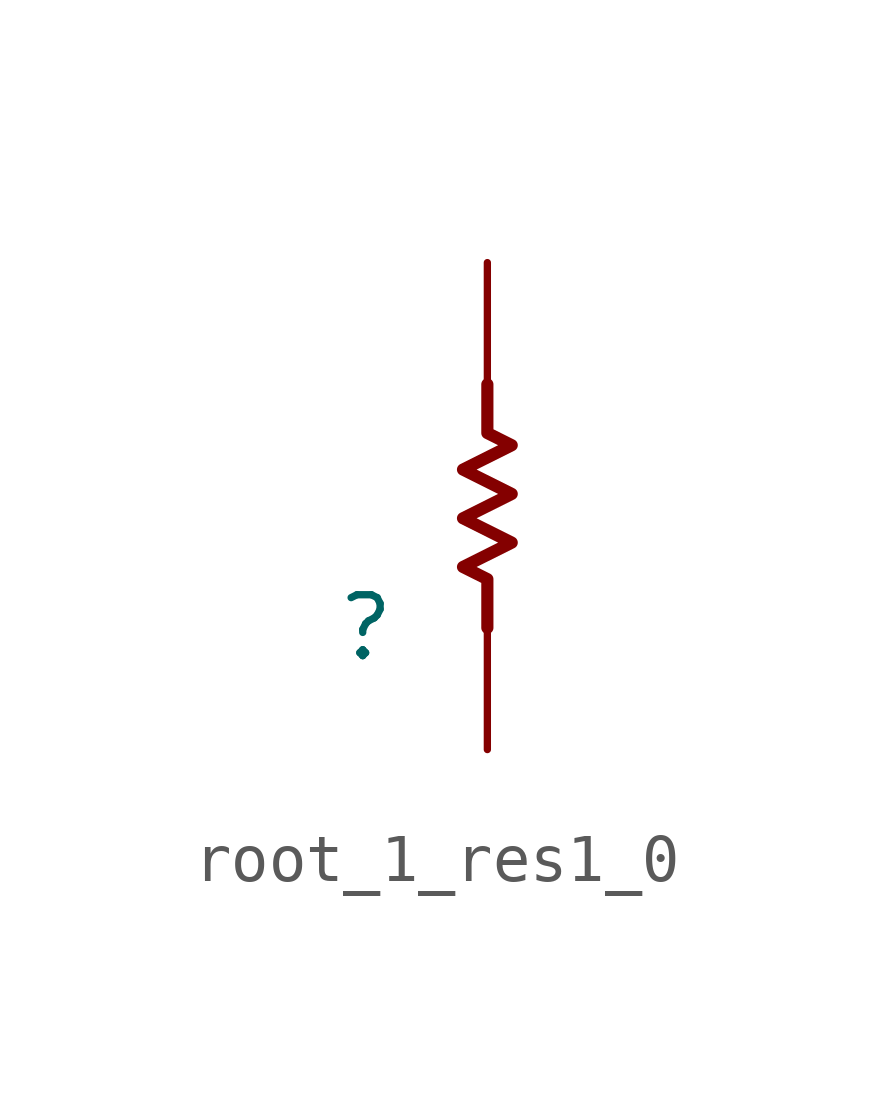
<source format=kicad_sym>
(kicad_symbol_lib
  (version 20231120)
  (generator "kicad_symbol_editor")
  (generator_version "8.0")
  (symbol "root_1_res1_0"
    (property "Reference" ""
      (at 0 0 0)
      (effects (font (size 1.27 1.27))))
    (property "Value" ""
      (at 0 0 0)
      (effects (font (size 1.27 1.27))))
    (symbol "root_1_res1_0_1_0"
      (polyline (pts (xy 2.54 5.08) (xy 2.54 4.064) (xy 3.048 3.81) (xy 2.032 3.302) (xy 3.048 2.794) (xy 2.032 2.286) (xy 3.048 1.778) (xy 2.032 1.27) (xy 2.54 1.016) (xy 2.54 0)) (stroke (width 0.254) (type solid)) (fill (type none)))
      (pin passive line (at 2.54 -2.54 90) (length 2.54) (name "1" (effects (font (size 0 0)))) (number "1" (effects (font (size 0 0)))))
      (pin passive line (at 2.54 7.62 270) (length 2.54) (name "2" (effects (font (size 0 0)))) (number "2" (effects (font (size 0 0))))))))
</source>
